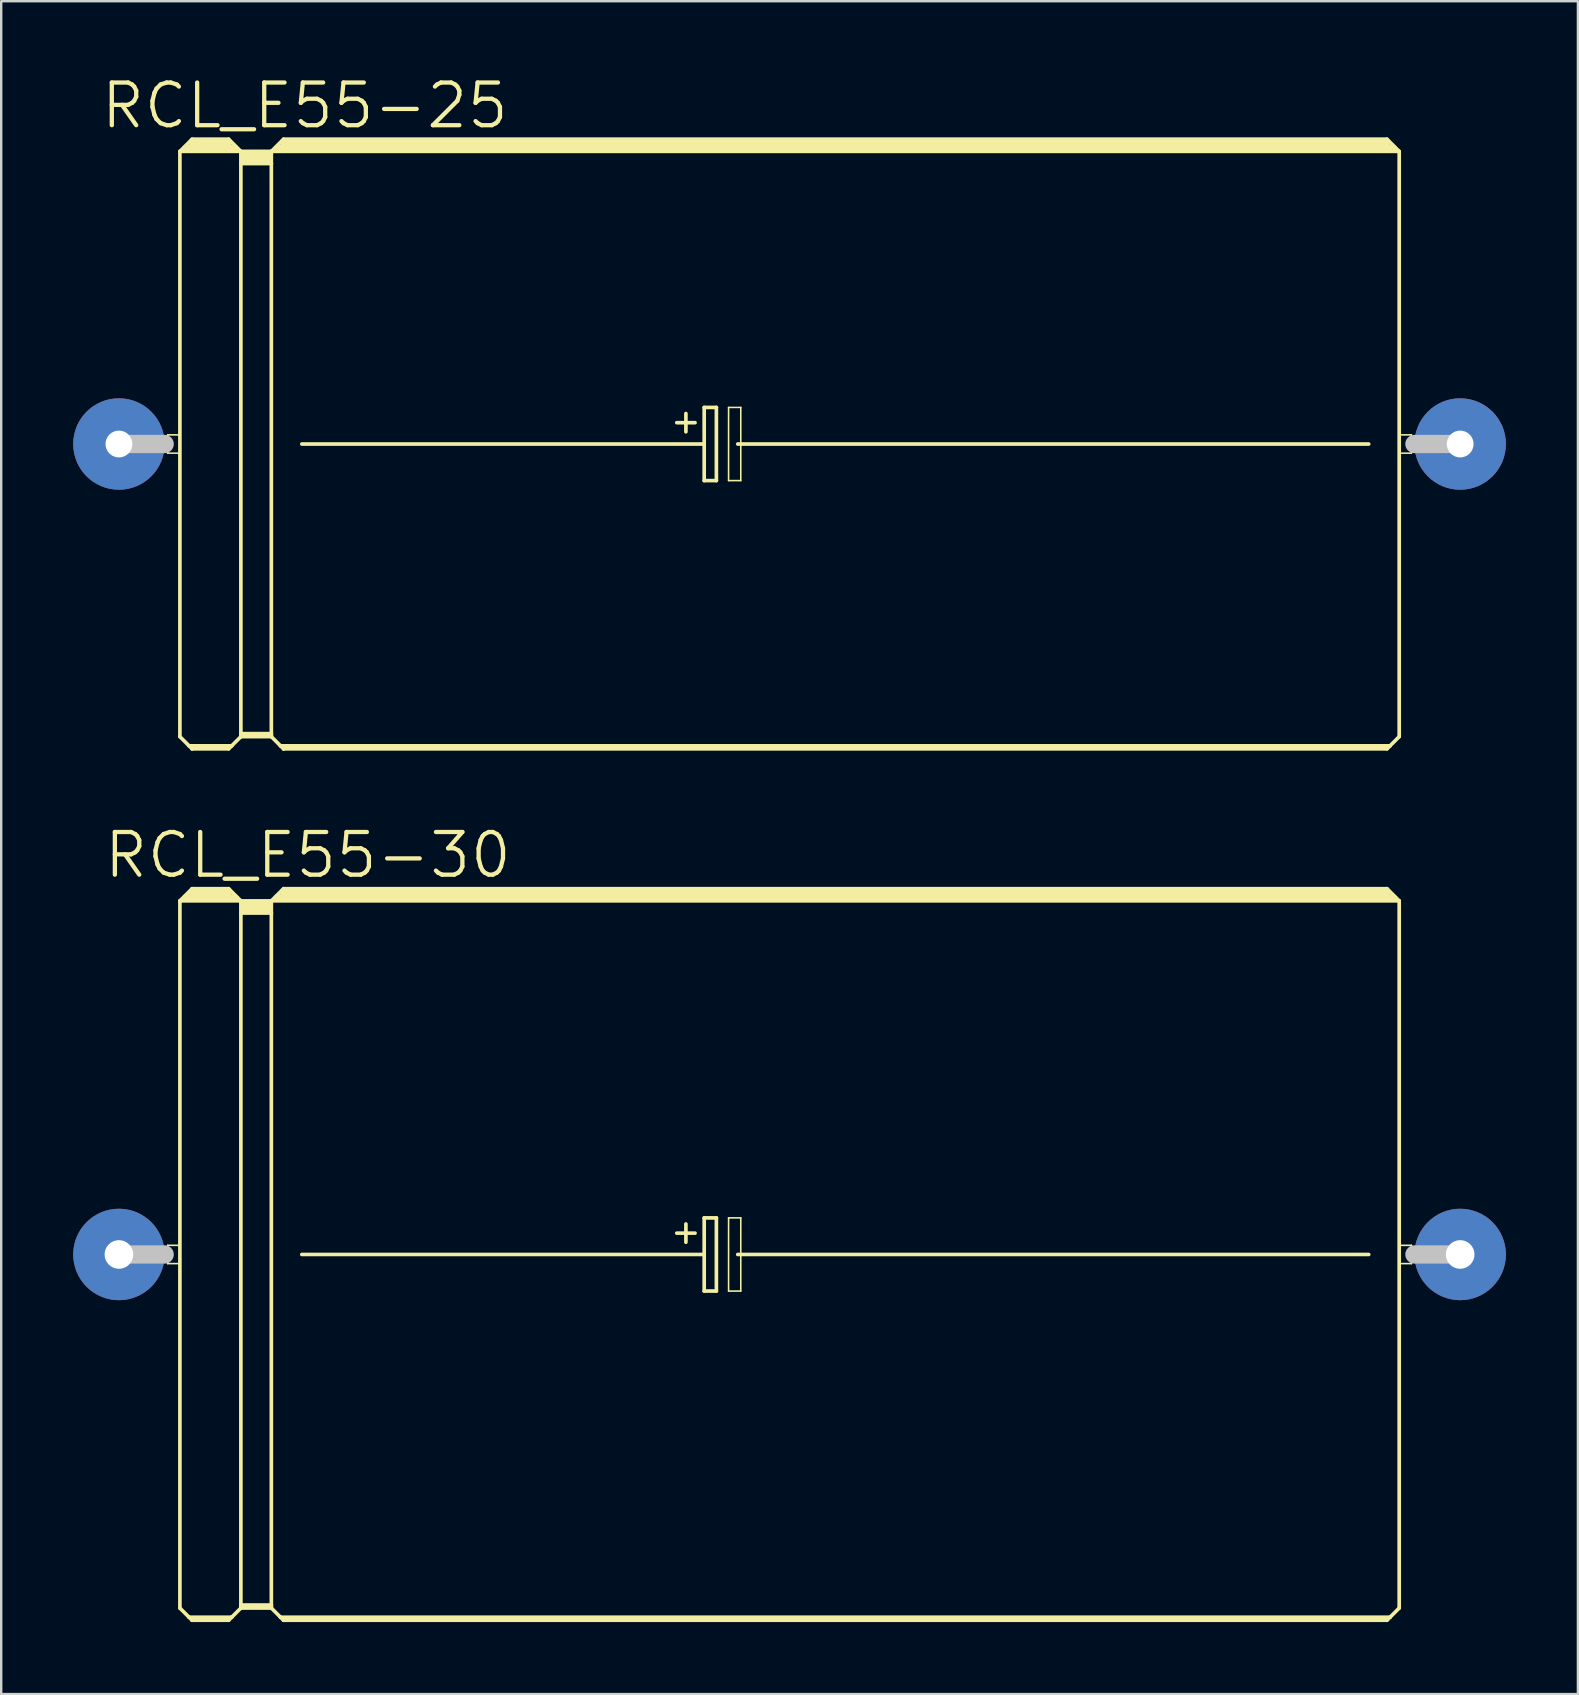
<source format=kicad_pcb>
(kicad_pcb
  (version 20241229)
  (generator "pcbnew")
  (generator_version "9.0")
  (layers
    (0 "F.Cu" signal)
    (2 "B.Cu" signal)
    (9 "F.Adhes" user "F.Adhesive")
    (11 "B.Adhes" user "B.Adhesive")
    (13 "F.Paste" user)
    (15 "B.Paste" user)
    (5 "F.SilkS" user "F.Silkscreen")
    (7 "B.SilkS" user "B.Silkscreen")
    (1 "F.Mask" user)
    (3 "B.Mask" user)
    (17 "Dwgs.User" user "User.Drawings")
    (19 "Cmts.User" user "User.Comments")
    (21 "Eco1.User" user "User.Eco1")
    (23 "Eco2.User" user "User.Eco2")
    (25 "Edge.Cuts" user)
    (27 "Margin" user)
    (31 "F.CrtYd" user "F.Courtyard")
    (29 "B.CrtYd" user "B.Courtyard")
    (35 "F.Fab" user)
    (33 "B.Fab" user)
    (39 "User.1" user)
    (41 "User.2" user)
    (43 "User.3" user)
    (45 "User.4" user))
  (footprint "RCL_E55-30"
    (layer "F.Cu")
    (at 29.845 49.215)
    (property "Reference" "RCL_E55-30" (at -20.066 -16.637 0) (layer "F.SilkS") (effects (font (size 1.778 1.778) (thickness 0.178))))
    (attr exclude_from_pos_files exclude_from_bom)
    (fp_line (start -25.908 -0.381) (end -25.4 -0.381) (stroke (width 0.066) (type solid)) (layer "F.SilkS"))
    (fp_line (start -25.908 0.381) (end -25.908 -0.381) (stroke (width 0.066) (type solid)) (layer "F.SilkS"))
    (fp_line (start -25.908 0.381) (end -25.4 0.381) (stroke (width 0.066) (type solid)) (layer "F.SilkS"))
    (fp_line (start -25.4 -14.732) (end -25.4 14.732) (stroke (width 0.152) (type solid)) (layer "F.SilkS"))
    (fp_line (start -25.4 -14.732) (end -24.892 -15.24) (stroke (width 0.152) (type solid)) (layer "F.SilkS"))
    (fp_line (start -25.4 -14.732) (end -22.86 -14.732) (stroke (width 0.152) (type solid)) (layer "F.SilkS"))
    (fp_line (start -25.4 0.381) (end -25.4 -0.381) (stroke (width 0.066) (type solid)) (layer "F.SilkS"))
    (fp_line (start -25.4 14.732) (end -25.019 15.113) (stroke (width 0.152) (type solid)) (layer "F.SilkS"))
    (fp_line (start -25.146 -14.859) (end -23.114 -14.859) (stroke (width 0.305) (type solid)) (layer "F.SilkS"))
    (fp_line (start -25.019 15.113) (end -24.892 15.24) (stroke (width 0.152) (type solid)) (layer "F.SilkS"))
    (fp_line (start -25.019 15.113) (end -23.241 15.113) (stroke (width 0.152) (type solid)) (layer "F.SilkS"))
    (fp_line (start -24.892 -15.24) (end -23.368 -15.24) (stroke (width 0.152) (type solid)) (layer "F.SilkS"))
    (fp_line (start -24.892 -15.113) (end -23.368 -15.113) (stroke (width 0.305) (type solid)) (layer "F.SilkS"))
    (fp_line (start -24.892 15.189) (end -23.368 15.189) (stroke (width 0.152) (type solid)) (layer "F.SilkS"))
    (fp_line (start -24.892 15.24) (end -24.892 15.189) (stroke (width 0.152) (type solid)) (layer "F.SilkS"))
    (fp_line (start -24.892 15.24) (end -23.368 15.24) (stroke (width 0.152) (type solid)) (layer "F.SilkS"))
    (fp_line (start -23.368 -15.24) (end -22.86 -14.732) (stroke (width 0.152) (type solid)) (layer "F.SilkS"))
    (fp_line (start -23.368 15.24) (end -23.241 15.113) (stroke (width 0.152) (type solid)) (layer "F.SilkS"))
    (fp_line (start -23.241 15.113) (end -22.86 14.732) (stroke (width 0.152) (type solid)) (layer "F.SilkS"))
    (fp_line (start -22.86 -14.732) (end -21.59 -14.732) (stroke (width 0.152) (type solid)) (layer "F.SilkS"))
    (fp_line (start -22.86 -14.224) (end -22.86 -14.732) (stroke (width 0.152) (type solid)) (layer "F.SilkS"))
    (fp_line (start -22.86 -14.224) (end -21.59 -14.224) (stroke (width 0.152) (type solid)) (layer "F.SilkS"))
    (fp_line (start -22.86 14.605) (end -22.86 -14.224) (stroke (width 0.152) (type solid)) (layer "F.SilkS"))
    (fp_line (start -22.86 14.605) (end -21.59 14.605) (stroke (width 0.152) (type solid)) (layer "F.SilkS"))
    (fp_line (start -22.86 14.681) (end -22.86 14.605) (stroke (width 0.152) (type solid)) (layer "F.SilkS"))
    (fp_line (start -22.86 14.681) (end -21.59 14.681) (stroke (width 0.152) (type solid)) (layer "F.SilkS"))
    (fp_line (start -22.86 14.732) (end -22.86 14.681) (stroke (width 0.152) (type solid)) (layer "F.SilkS"))
    (fp_line (start -22.86 14.732) (end -21.59 14.732) (stroke (width 0.152) (type solid)) (layer "F.SilkS"))
    (fp_line (start -22.733 -14.605) (end -21.717 -14.605) (stroke (width 0.305) (type solid)) (layer "F.SilkS"))
    (fp_line (start -22.733 -14.348) (end -21.717 -14.348) (stroke (width 0.305) (type solid)) (layer "F.SilkS"))
    (fp_line (start -21.59 -14.732) (end -21.082 -15.24) (stroke (width 0.152) (type solid)) (layer "F.SilkS"))
    (fp_line (start -21.59 -14.732) (end 25.4 -14.732) (stroke (width 0.152) (type solid)) (layer "F.SilkS"))
    (fp_line (start -21.59 -14.224) (end -21.59 -14.732) (stroke (width 0.152) (type solid)) (layer "F.SilkS"))
    (fp_line (start -21.59 14.605) (end -21.59 -14.224) (stroke (width 0.152) (type solid)) (layer "F.SilkS"))
    (fp_line (start -21.59 14.681) (end -21.59 14.605) (stroke (width 0.152) (type solid)) (layer "F.SilkS"))
    (fp_line (start -21.59 14.732) (end -21.59 14.681) (stroke (width 0.152) (type solid)) (layer "F.SilkS"))
    (fp_line (start -21.59 14.732) (end -21.209 15.113) (stroke (width 0.152) (type solid)) (layer "F.SilkS"))
    (fp_line (start -21.336 -14.859) (end 25.146 -14.859) (stroke (width 0.305) (type solid)) (layer "F.SilkS"))
    (fp_line (start -21.209 15.113) (end -21.082 15.24) (stroke (width 0.152) (type solid)) (layer "F.SilkS"))
    (fp_line (start -21.209 15.113) (end 25.019 15.113) (stroke (width 0.152) (type solid)) (layer "F.SilkS"))
    (fp_line (start -21.082 -15.24) (end 24.892 -15.24) (stroke (width 0.152) (type solid)) (layer "F.SilkS"))
    (fp_line (start -21.082 -15.113) (end 24.892 -15.113) (stroke (width 0.305) (type solid)) (layer "F.SilkS"))
    (fp_line (start -21.082 15.189) (end 24.892 15.189) (stroke (width 0.152) (type solid)) (layer "F.SilkS"))
    (fp_line (start -21.082 15.24) (end -21.082 15.189) (stroke (width 0.152) (type solid)) (layer "F.SilkS"))
    (fp_line (start -21.082 15.24) (end 24.892 15.24) (stroke (width 0.152) (type solid)) (layer "F.SilkS"))
    (fp_line (start -20.32 0) (end -3.556 0) (stroke (width 0.152) (type solid)) (layer "F.SilkS"))
    (fp_line (start -4.699 -0.889) (end -3.937 -0.889) (stroke (width 0.152) (type solid)) (layer "F.SilkS"))
    (fp_line (start -4.318 -1.27) (end -4.318 -0.508) (stroke (width 0.152) (type solid)) (layer "F.SilkS"))
    (fp_line (start -3.556 -1.524) (end -3.556 0) (stroke (width 0.152) (type solid)) (layer "F.SilkS"))
    (fp_line (start -3.556 0) (end -3.556 1.524) (stroke (width 0.152) (type solid)) (layer "F.SilkS"))
    (fp_line (start -3.556 1.524) (end -3.048 1.524) (stroke (width 0.152) (type solid)) (layer "F.SilkS"))
    (fp_line (start -3.048 -1.524) (end -3.556 -1.524) (stroke (width 0.152) (type solid)) (layer "F.SilkS"))
    (fp_line (start -3.048 1.524) (end -3.048 -1.524) (stroke (width 0.152) (type solid)) (layer "F.SilkS"))
    (fp_line (start -2.54 -1.524) (end -2.032 -1.524) (stroke (width 0.066) (type solid)) (layer "F.SilkS"))
    (fp_line (start -2.54 1.524) (end -2.54 -1.524) (stroke (width 0.066) (type solid)) (layer "F.SilkS"))
    (fp_line (start -2.54 1.524) (end -2.032 1.524) (stroke (width 0.066) (type solid)) (layer "F.SilkS"))
    (fp_line (start -2.159 0) (end 24.13 0) (stroke (width 0.152) (type solid)) (layer "F.SilkS"))
    (fp_line (start -2.032 1.524) (end -2.032 -1.524) (stroke (width 0.066) (type solid)) (layer "F.SilkS"))
    (fp_line (start 24.892 -15.24) (end 25.4 -14.732) (stroke (width 0.152) (type solid)) (layer "F.SilkS"))
    (fp_line (start 24.892 15.24) (end 25.019 15.113) (stroke (width 0.152) (type solid)) (layer "F.SilkS"))
    (fp_line (start 25.019 15.113) (end 25.4 14.732) (stroke (width 0.152) (type solid)) (layer "F.SilkS"))
    (fp_line (start 25.4 -14.732) (end 25.4 14.732) (stroke (width 0.152) (type solid)) (layer "F.SilkS"))
    (fp_line (start 25.4 -0.381) (end 25.908 -0.381) (stroke (width 0.066) (type solid)) (layer "F.SilkS"))
    (fp_line (start 25.4 0.381) (end 25.4 -0.381) (stroke (width 0.066) (type solid)) (layer "F.SilkS"))
    (fp_line (start 25.4 0.381) (end 25.908 0.381) (stroke (width 0.066) (type solid)) (layer "F.SilkS"))
    (fp_line (start 25.908 0.381) (end 25.908 -0.381) (stroke (width 0.066) (type solid)) (layer "F.SilkS"))
    (fp_line (start -27.94 0) (end -26.035 0) (stroke (width 0.762) (type solid)) (layer "Dwgs.User"))
    (fp_line (start 27.94 0) (end 26.035 0) (stroke (width 0.762) (type solid)) (layer "Dwgs.User"))
    (pad "+" thru_hole circle (at -27.94 0) (size 3.81 3.81) (drill 1.194) (layers "*.Cu" "*.Paste" "*.Mask"))
    (pad "-" thru_hole circle (at 27.94 0) (size 3.81 3.81) (drill 1.194) (layers "*.Cu" "*.Paste" "*.Mask")))
  (footprint "RCL_E55-25"
    (layer "F.Cu")
    (at 29.845 15.449)
    (property "Reference" "RCL_E55-25" (at -20.193 -14.097 0) (layer "F.SilkS") (effects (font (size 1.778 1.778) (thickness 0.178))))
    (attr exclude_from_pos_files exclude_from_bom)
    (fp_line (start -25.908 -0.381) (end -25.4 -0.381) (stroke (width 0.066) (type solid)) (layer "F.SilkS"))
    (fp_line (start -25.908 0.381) (end -25.908 -0.381) (stroke (width 0.066) (type solid)) (layer "F.SilkS"))
    (fp_line (start -25.908 0.381) (end -25.4 0.381) (stroke (width 0.066) (type solid)) (layer "F.SilkS"))
    (fp_line (start -25.4 -12.192) (end -25.4 12.192) (stroke (width 0.152) (type solid)) (layer "F.SilkS"))
    (fp_line (start -25.4 -12.192) (end -24.892 -12.7) (stroke (width 0.152) (type solid)) (layer "F.SilkS"))
    (fp_line (start -25.4 -12.192) (end -22.86 -12.192) (stroke (width 0.152) (type solid)) (layer "F.SilkS"))
    (fp_line (start -25.4 0.381) (end -25.4 -0.381) (stroke (width 0.066) (type solid)) (layer "F.SilkS"))
    (fp_line (start -25.4 12.192) (end -25.019 12.573) (stroke (width 0.152) (type solid)) (layer "F.SilkS"))
    (fp_line (start -25.146 -12.319) (end -23.114 -12.319) (stroke (width 0.305) (type solid)) (layer "F.SilkS"))
    (fp_line (start -25.019 12.573) (end -24.892 12.7) (stroke (width 0.152) (type solid)) (layer "F.SilkS"))
    (fp_line (start -25.019 12.573) (end -23.241 12.573) (stroke (width 0.152) (type solid)) (layer "F.SilkS"))
    (fp_line (start -24.892 -12.7) (end -23.368 -12.7) (stroke (width 0.152) (type solid)) (layer "F.SilkS"))
    (fp_line (start -24.892 -12.573) (end -23.368 -12.573) (stroke (width 0.305) (type solid)) (layer "F.SilkS"))
    (fp_line (start -24.892 12.649) (end -23.368 12.649) (stroke (width 0.152) (type solid)) (layer "F.SilkS"))
    (fp_line (start -24.892 12.7) (end -24.892 12.649) (stroke (width 0.152) (type solid)) (layer "F.SilkS"))
    (fp_line (start -24.892 12.7) (end -23.368 12.7) (stroke (width 0.152) (type solid)) (layer "F.SilkS"))
    (fp_line (start -23.368 -12.7) (end -22.86 -12.192) (stroke (width 0.152) (type solid)) (layer "F.SilkS"))
    (fp_line (start -23.368 12.7) (end -23.241 12.573) (stroke (width 0.152) (type solid)) (layer "F.SilkS"))
    (fp_line (start -23.241 12.573) (end -22.86 12.192) (stroke (width 0.152) (type solid)) (layer "F.SilkS"))
    (fp_line (start -22.86 -12.192) (end -21.59 -12.192) (stroke (width 0.152) (type solid)) (layer "F.SilkS"))
    (fp_line (start -22.86 -11.684) (end -22.86 -12.192) (stroke (width 0.152) (type solid)) (layer "F.SilkS"))
    (fp_line (start -22.86 -11.684) (end -21.59 -11.684) (stroke (width 0.152) (type solid)) (layer "F.SilkS"))
    (fp_line (start -22.86 12.065) (end -22.86 -11.684) (stroke (width 0.152) (type solid)) (layer "F.SilkS"))
    (fp_line (start -22.86 12.065) (end -21.59 12.065) (stroke (width 0.152) (type solid)) (layer "F.SilkS"))
    (fp_line (start -22.86 12.141) (end -22.86 12.065) (stroke (width 0.152) (type solid)) (layer "F.SilkS"))
    (fp_line (start -22.86 12.141) (end -21.59 12.141) (stroke (width 0.152) (type solid)) (layer "F.SilkS"))
    (fp_line (start -22.86 12.192) (end -22.86 12.141) (stroke (width 0.152) (type solid)) (layer "F.SilkS"))
    (fp_line (start -22.86 12.192) (end -21.59 12.192) (stroke (width 0.152) (type solid)) (layer "F.SilkS"))
    (fp_line (start -22.733 -12.065) (end -21.717 -12.065) (stroke (width 0.305) (type solid)) (layer "F.SilkS"))
    (fp_line (start -22.733 -11.811) (end -21.717 -11.811) (stroke (width 0.305) (type solid)) (layer "F.SilkS"))
    (fp_line (start -21.59 -12.192) (end -21.082 -12.7) (stroke (width 0.152) (type solid)) (layer "F.SilkS"))
    (fp_line (start -21.59 -12.192) (end 25.4 -12.192) (stroke (width 0.152) (type solid)) (layer "F.SilkS"))
    (fp_line (start -21.59 -11.684) (end -21.59 -12.192) (stroke (width 0.152) (type solid)) (layer "F.SilkS"))
    (fp_line (start -21.59 12.065) (end -21.59 -11.684) (stroke (width 0.152) (type solid)) (layer "F.SilkS"))
    (fp_line (start -21.59 12.141) (end -21.59 12.065) (stroke (width 0.152) (type solid)) (layer "F.SilkS"))
    (fp_line (start -21.59 12.192) (end -21.59 12.141) (stroke (width 0.152) (type solid)) (layer "F.SilkS"))
    (fp_line (start -21.59 12.192) (end -21.209 12.573) (stroke (width 0.152) (type solid)) (layer "F.SilkS"))
    (fp_line (start -21.336 -12.319) (end 25.146 -12.319) (stroke (width 0.305) (type solid)) (layer "F.SilkS"))
    (fp_line (start -21.209 12.573) (end -21.082 12.7) (stroke (width 0.152) (type solid)) (layer "F.SilkS"))
    (fp_line (start -21.209 12.573) (end 25.019 12.573) (stroke (width 0.152) (type solid)) (layer "F.SilkS"))
    (fp_line (start -21.082 -12.7) (end 24.892 -12.7) (stroke (width 0.152) (type solid)) (layer "F.SilkS"))
    (fp_line (start -21.082 -12.573) (end 24.892 -12.573) (stroke (width 0.305) (type solid)) (layer "F.SilkS"))
    (fp_line (start -21.082 12.649) (end 24.892 12.649) (stroke (width 0.152) (type solid)) (layer "F.SilkS"))
    (fp_line (start -21.082 12.7) (end -21.082 12.649) (stroke (width 0.152) (type solid)) (layer "F.SilkS"))
    (fp_line (start -21.082 12.7) (end 24.892 12.7) (stroke (width 0.152) (type solid)) (layer "F.SilkS"))
    (fp_line (start -20.32 0) (end -3.556 0) (stroke (width 0.152) (type solid)) (layer "F.SilkS"))
    (fp_line (start -4.699 -0.889) (end -3.937 -0.889) (stroke (width 0.152) (type solid)) (layer "F.SilkS"))
    (fp_line (start -4.318 -1.27) (end -4.318 -0.508) (stroke (width 0.152) (type solid)) (layer "F.SilkS"))
    (fp_line (start -3.556 -1.524) (end -3.556 0) (stroke (width 0.152) (type solid)) (layer "F.SilkS"))
    (fp_line (start -3.556 0) (end -3.556 1.524) (stroke (width 0.152) (type solid)) (layer "F.SilkS"))
    (fp_line (start -3.556 1.524) (end -3.048 1.524) (stroke (width 0.152) (type solid)) (layer "F.SilkS"))
    (fp_line (start -3.048 -1.524) (end -3.556 -1.524) (stroke (width 0.152) (type solid)) (layer "F.SilkS"))
    (fp_line (start -3.048 1.524) (end -3.048 -1.524) (stroke (width 0.152) (type solid)) (layer "F.SilkS"))
    (fp_line (start -2.54 -1.524) (end -2.032 -1.524) (stroke (width 0.066) (type solid)) (layer "F.SilkS"))
    (fp_line (start -2.54 1.524) (end -2.54 -1.524) (stroke (width 0.066) (type solid)) (layer "F.SilkS"))
    (fp_line (start -2.54 1.524) (end -2.032 1.524) (stroke (width 0.066) (type solid)) (layer "F.SilkS"))
    (fp_line (start -2.159 0) (end 24.13 0) (stroke (width 0.152) (type solid)) (layer "F.SilkS"))
    (fp_line (start -2.032 1.524) (end -2.032 -1.524) (stroke (width 0.066) (type solid)) (layer "F.SilkS"))
    (fp_line (start 24.892 -12.7) (end 25.4 -12.192) (stroke (width 0.152) (type solid)) (layer "F.SilkS"))
    (fp_line (start 24.892 12.7) (end 25.019 12.573) (stroke (width 0.152) (type solid)) (layer "F.SilkS"))
    (fp_line (start 25.019 12.573) (end 25.4 12.192) (stroke (width 0.152) (type solid)) (layer "F.SilkS"))
    (fp_line (start 25.4 -12.192) (end 25.4 12.192) (stroke (width 0.152) (type solid)) (layer "F.SilkS"))
    (fp_line (start 25.4 -0.381) (end 25.908 -0.381) (stroke (width 0.066) (type solid)) (layer "F.SilkS"))
    (fp_line (start 25.4 0.381) (end 25.4 -0.381) (stroke (width 0.066) (type solid)) (layer "F.SilkS"))
    (fp_line (start 25.4 0.381) (end 25.908 0.381) (stroke (width 0.066) (type solid)) (layer "F.SilkS"))
    (fp_line (start 25.908 0.381) (end 25.908 -0.381) (stroke (width 0.066) (type solid)) (layer "F.SilkS"))
    (fp_line (start -27.94 0) (end -26.035 0) (stroke (width 0.762) (type solid)) (layer "Dwgs.User"))
    (fp_line (start 27.94 0) (end 26.035 0) (stroke (width 0.762) (type solid)) (layer "Dwgs.User"))
    (pad "+" thru_hole circle (at -27.94 0) (size 3.81 3.81) (drill 1.118) (layers "*.Cu" "*.Paste" "*.Mask"))
    (pad "-" thru_hole circle (at 27.94 0) (size 3.81 3.81) (drill 1.118) (layers "*.Cu" "*.Paste" "*.Mask")))
  (gr_rect
    (start -3 -3)
    (end 62.69 67.531)
    (stroke (width 0.1) (type default))
    (fill no)
    (layer "Edge.Cuts")))
</source>
